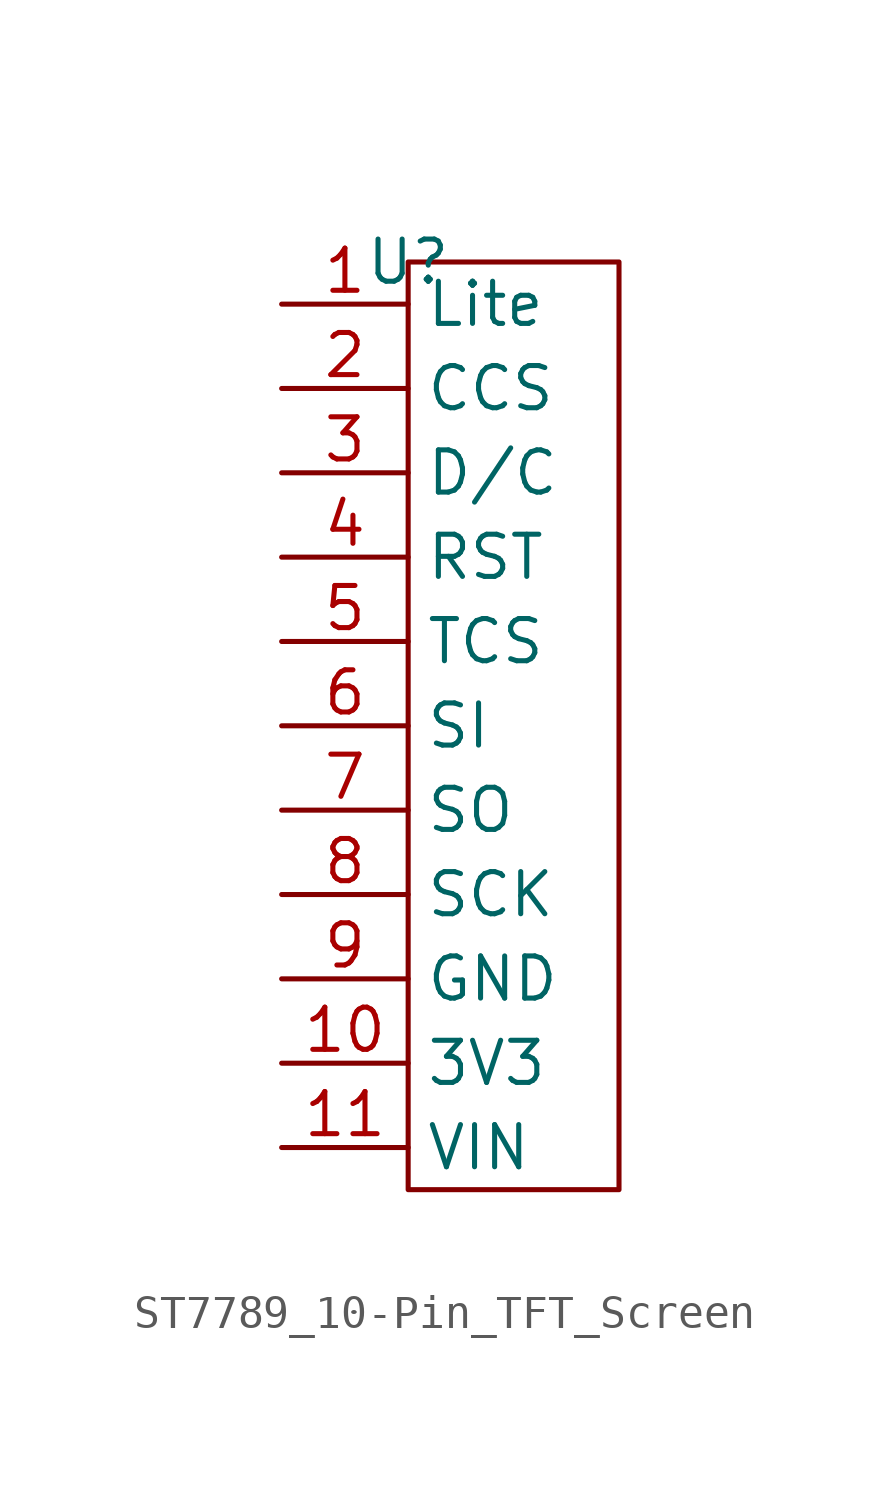
<source format=kicad_sym>
(kicad_symbol_lib
  (version 20231120)
  (generator "kicad_symbol_editor")
  (generator_version "8.0")
  (symbol "ST7789_10-Pin_TFT_Screen"
    (property "Reference" "U"
      (at 0 8.89 0)
      (effects (font (size 1.27 1.27))))
    (property "Value" ""
      (at 0 0 0)
      (effects (font (size 1.27 1.27))))
    (symbol "ST7789_10-Pin_TFT_Screen_0_1"
      (rectangle (start 0 8.89) (end 6.35 -19.05) (stroke (width 0) (type default)) (fill (type none))))
    (symbol "ST7789_10-Pin_TFT_Screen_1_1"
      (pin passive line (at -3.81 7.62 0) (length 3.81) (name "Lite" (effects (font (size 1.27 1.27)))) (number "1" (effects (font (size 1.27 1.27)))))
      (pin passive line (at -3.81 -15.24 0) (length 3.81) (name "3V3" (effects (font (size 1.27 1.27)))) (number "10" (effects (font (size 1.27 1.27)))))
      (pin passive line (at -3.81 -17.78 0) (length 3.81) (name "VIN" (effects (font (size 1.27 1.27)))) (number "11" (effects (font (size 1.27 1.27)))))
      (pin passive line (at -3.81 5.08 0) (length 3.81) (name "CCS" (effects (font (size 1.27 1.27)))) (number "2" (effects (font (size 1.27 1.27)))))
      (pin passive line (at -3.81 2.54 0) (length 3.81) (name "D/C" (effects (font (size 1.27 1.27)))) (number "3" (effects (font (size 1.27 1.27)))))
      (pin passive line (at -3.81 0 0) (length 3.81) (name "RST" (effects (font (size 1.27 1.27)))) (number "4" (effects (font (size 1.27 1.27)))))
      (pin passive line (at -3.81 -2.54 0) (length 3.81) (name "TCS" (effects (font (size 1.27 1.27)))) (number "5" (effects (font (size 1.27 1.27)))))
      (pin passive line (at -3.81 -5.08 0) (length 3.81) (name "SI" (effects (font (size 1.27 1.27)))) (number "6" (effects (font (size 1.27 1.27)))))
      (pin passive line (at -3.81 -7.62 0) (length 3.81) (name "SO" (effects (font (size 1.27 1.27)))) (number "7" (effects (font (size 1.27 1.27)))))
      (pin passive line (at -3.81 -10.16 0) (length 3.81) (name "SCK" (effects (font (size 1.27 1.27)))) (number "8" (effects (font (size 1.27 1.27)))))
      (pin passive line (at -3.81 -12.7 0) (length 3.81) (name "GND" (effects (font (size 1.27 1.27)))) (number "9" (effects (font (size 1.27 1.27))))))))
</source>
